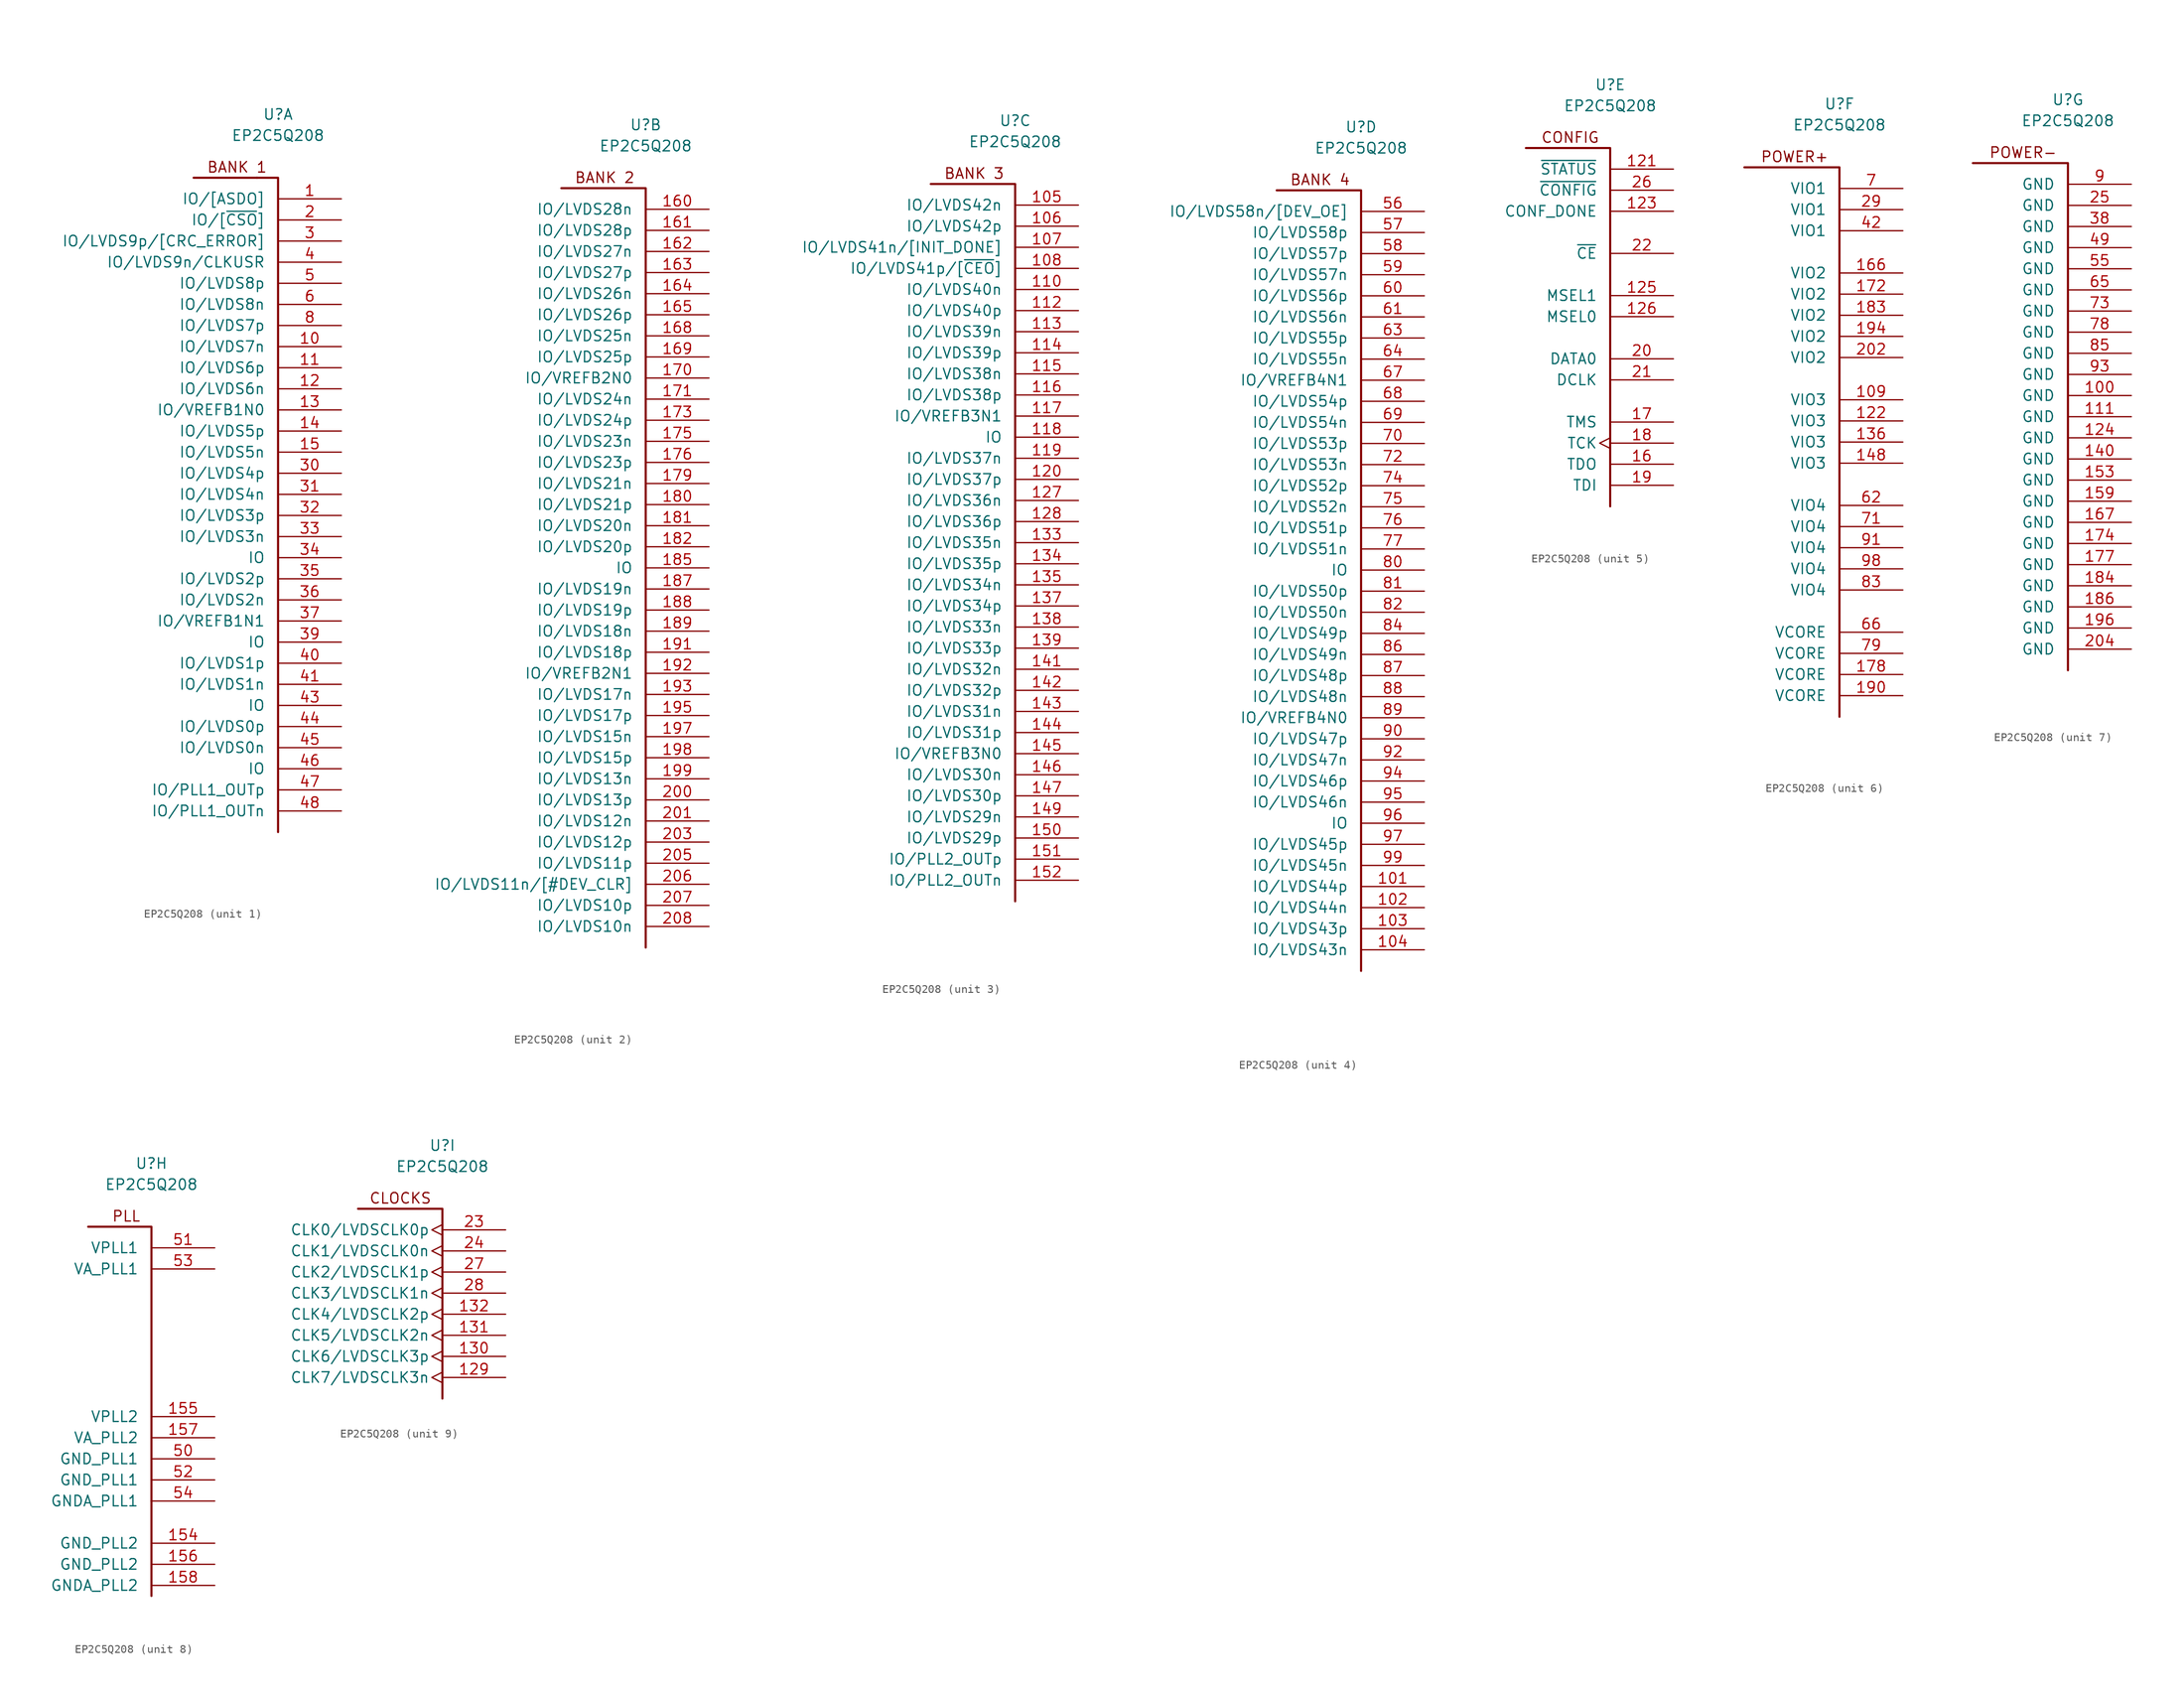
<source format=kicad_sym>
(kicad_symbol_lib
  (version 20220914)
  (generator kicad_symbol_editor)
  (symbol "EP2C5Q208"
    (pin_names
      (offset 1.524))
    (property "Reference" "U"
      (at 0 7.62 0)
      (effects (font (size 1.27 1.27))))
    (property "Value" "EP2C5Q208"
      (at 0 5.08 0)
      (effects (font (size 1.27 1.27))))
    (property "ki_locked" ""
      (at 0 0 0)
      (effects (font (size 1.27 1.27))))
    (symbol "EP2C5Q208_1_0"
      (polyline (pts (xy -2.54 0) (xy -10.16 0)) (stroke (width 0.254) (type solid)) (fill (type none)))
      (text "BANK 1" (at -1.27 1.27 0) (effects (font (size 1.27 1.27)) (justify right))))
    (symbol "EP2C5Q208_1_1"
      (polyline (pts (xy -2.54 0) (xy 0 0) (xy 0 -78.74)) (stroke (width 0.254) (type solid)) (fill (type none)))
      (pin tri_state line (at 7.62 -2.54 180) (length 7.62) (name "IO/[ASDO]" (effects (font (size 1.27 1.27)))) (number "1" (effects (font (size 1.27 1.27)))))
      (pin tri_state line (at 7.62 -20.32 180) (length 7.62) (name "IO/LVDS7n" (effects (font (size 1.27 1.27)))) (number "10" (effects (font (size 1.27 1.27)))))
      (pin tri_state line (at 7.62 -22.86 180) (length 7.62) (name "IO/LVDS6p" (effects (font (size 1.27 1.27)))) (number "11" (effects (font (size 1.27 1.27)))))
      (pin tri_state line (at 7.62 -25.4 180) (length 7.62) (name "IO/LVDS6n" (effects (font (size 1.27 1.27)))) (number "12" (effects (font (size 1.27 1.27)))))
      (pin tri_state line (at 7.62 -27.94 180) (length 7.62) (name "IO/VREFB1N0" (effects (font (size 1.27 1.27)))) (number "13" (effects (font (size 1.27 1.27)))))
      (pin tri_state line (at 7.62 -30.48 180) (length 7.62) (name "IO/LVDS5p" (effects (font (size 1.27 1.27)))) (number "14" (effects (font (size 1.27 1.27)))))
      (pin tri_state line (at 7.62 -33.02 180) (length 7.62) (name "IO/LVDS5n" (effects (font (size 1.27 1.27)))) (number "15" (effects (font (size 1.27 1.27)))))
      (pin tri_state line (at 7.62 -5.08 180) (length 7.62) (name "IO/[~{CSO}]" (effects (font (size 1.27 1.27)))) (number "2" (effects (font (size 1.27 1.27)))))
      (pin tri_state line (at 7.62 -7.62 180) (length 7.62) (name "IO/LVDS9p/[CRC_ERROR]" (effects (font (size 1.27 1.27)))) (number "3" (effects (font (size 1.27 1.27)))))
      (pin tri_state line (at 7.62 -35.56 180) (length 7.62) (name "IO/LVDS4p" (effects (font (size 1.27 1.27)))) (number "30" (effects (font (size 1.27 1.27)))))
      (pin tri_state line (at 7.62 -38.1 180) (length 7.62) (name "IO/LVDS4n" (effects (font (size 1.27 1.27)))) (number "31" (effects (font (size 1.27 1.27)))))
      (pin tri_state line (at 7.62 -40.64 180) (length 7.62) (name "IO/LVDS3p" (effects (font (size 1.27 1.27)))) (number "32" (effects (font (size 1.27 1.27)))))
      (pin tri_state line (at 7.62 -43.18 180) (length 7.62) (name "IO/LVDS3n" (effects (font (size 1.27 1.27)))) (number "33" (effects (font (size 1.27 1.27)))))
      (pin tri_state line (at 7.62 -45.72 180) (length 7.62) (name "IO" (effects (font (size 1.27 1.27)))) (number "34" (effects (font (size 1.27 1.27)))))
      (pin tri_state line (at 7.62 -48.26 180) (length 7.62) (name "IO/LVDS2p" (effects (font (size 1.27 1.27)))) (number "35" (effects (font (size 1.27 1.27)))))
      (pin tri_state line (at 7.62 -50.8 180) (length 7.62) (name "IO/LVDS2n" (effects (font (size 1.27 1.27)))) (number "36" (effects (font (size 1.27 1.27)))))
      (pin tri_state line (at 7.62 -53.34 180) (length 7.62) (name "IO/VREFB1N1" (effects (font (size 1.27 1.27)))) (number "37" (effects (font (size 1.27 1.27)))))
      (pin tri_state line (at 7.62 -55.88 180) (length 7.62) (name "IO" (effects (font (size 1.27 1.27)))) (number "39" (effects (font (size 1.27 1.27)))))
      (pin tri_state line (at 7.62 -10.16 180) (length 7.62) (name "IO/LVDS9n/CLKUSR" (effects (font (size 1.27 1.27)))) (number "4" (effects (font (size 1.27 1.27)))))
      (pin tri_state line (at 7.62 -58.42 180) (length 7.62) (name "IO/LVDS1p" (effects (font (size 1.27 1.27)))) (number "40" (effects (font (size 1.27 1.27)))))
      (pin tri_state line (at 7.62 -60.96 180) (length 7.62) (name "IO/LVDS1n" (effects (font (size 1.27 1.27)))) (number "41" (effects (font (size 1.27 1.27)))))
      (pin tri_state line (at 7.62 -63.5 180) (length 7.62) (name "IO" (effects (font (size 1.27 1.27)))) (number "43" (effects (font (size 1.27 1.27)))))
      (pin tri_state line (at 7.62 -66.04 180) (length 7.62) (name "IO/LVDS0p" (effects (font (size 1.27 1.27)))) (number "44" (effects (font (size 1.27 1.27)))))
      (pin tri_state line (at 7.62 -68.58 180) (length 7.62) (name "IO/LVDS0n" (effects (font (size 1.27 1.27)))) (number "45" (effects (font (size 1.27 1.27)))))
      (pin tri_state line (at 7.62 -71.12 180) (length 7.62) (name "IO" (effects (font (size 1.27 1.27)))) (number "46" (effects (font (size 1.27 1.27)))))
      (pin tri_state line (at 7.62 -73.66 180) (length 7.62) (name "IO/PLL1_OUTp" (effects (font (size 1.27 1.27)))) (number "47" (effects (font (size 1.27 1.27)))))
      (pin tri_state line (at 7.62 -76.2 180) (length 7.62) (name "IO/PLL1_OUTn" (effects (font (size 1.27 1.27)))) (number "48" (effects (font (size 1.27 1.27)))))
      (pin tri_state line (at 7.62 -12.7 180) (length 7.62) (name "IO/LVDS8p" (effects (font (size 1.27 1.27)))) (number "5" (effects (font (size 1.27 1.27)))))
      (pin tri_state line (at 7.62 -15.24 180) (length 7.62) (name "IO/LVDS8n" (effects (font (size 1.27 1.27)))) (number "6" (effects (font (size 1.27 1.27)))))
      (pin tri_state line (at 7.62 -17.78 180) (length 7.62) (name "IO/LVDS7p" (effects (font (size 1.27 1.27)))) (number "8" (effects (font (size 1.27 1.27))))))
    (symbol "EP2C5Q208_2_0"
      (polyline (pts (xy -10.16 0) (xy 0 0) (xy 0 -91.44)) (stroke (width 0.254) (type solid)) (fill (type none)))
      (text "BANK 2" (at -1.27 1.27 0) (effects (font (size 1.27 1.27)) (justify right))))
    (symbol "EP2C5Q208_2_1"
      (pin tri_state line (at 7.62 -2.54 180) (length 7.62) (name "IO/LVDS28n" (effects (font (size 1.27 1.27)))) (number "160" (effects (font (size 1.27 1.27)))))
      (pin tri_state line (at 7.62 -5.08 180) (length 7.62) (name "IO/LVDS28p" (effects (font (size 1.27 1.27)))) (number "161" (effects (font (size 1.27 1.27)))))
      (pin tri_state line (at 7.62 -7.62 180) (length 7.62) (name "IO/LVDS27n" (effects (font (size 1.27 1.27)))) (number "162" (effects (font (size 1.27 1.27)))))
      (pin tri_state line (at 7.62 -10.16 180) (length 7.62) (name "IO/LVDS27p" (effects (font (size 1.27 1.27)))) (number "163" (effects (font (size 1.27 1.27)))))
      (pin tri_state line (at 7.62 -12.7 180) (length 7.62) (name "IO/LVDS26n" (effects (font (size 1.27 1.27)))) (number "164" (effects (font (size 1.27 1.27)))))
      (pin tri_state line (at 7.62 -15.24 180) (length 7.62) (name "IO/LVDS26p" (effects (font (size 1.27 1.27)))) (number "165" (effects (font (size 1.27 1.27)))))
      (pin tri_state line (at 7.62 -17.78 180) (length 7.62) (name "IO/LVDS25n" (effects (font (size 1.27 1.27)))) (number "168" (effects (font (size 1.27 1.27)))))
      (pin tri_state line (at 7.62 -20.32 180) (length 7.62) (name "IO/LVDS25p" (effects (font (size 1.27 1.27)))) (number "169" (effects (font (size 1.27 1.27)))))
      (pin tri_state line (at 7.62 -22.86 180) (length 7.62) (name "IO/VREFB2N0" (effects (font (size 1.27 1.27)))) (number "170" (effects (font (size 1.27 1.27)))))
      (pin tri_state line (at 7.62 -25.4 180) (length 7.62) (name "IO/LVDS24n" (effects (font (size 1.27 1.27)))) (number "171" (effects (font (size 1.27 1.27)))))
      (pin tri_state line (at 7.62 -27.94 180) (length 7.62) (name "IO/LVDS24p" (effects (font (size 1.27 1.27)))) (number "173" (effects (font (size 1.27 1.27)))))
      (pin tri_state line (at 7.62 -30.48 180) (length 7.62) (name "IO/LVDS23n" (effects (font (size 1.27 1.27)))) (number "175" (effects (font (size 1.27 1.27)))))
      (pin tri_state line (at 7.62 -33.02 180) (length 7.62) (name "IO/LVDS23p" (effects (font (size 1.27 1.27)))) (number "176" (effects (font (size 1.27 1.27)))))
      (pin tri_state line (at 7.62 -35.56 180) (length 7.62) (name "IO/LVDS21n" (effects (font (size 1.27 1.27)))) (number "179" (effects (font (size 1.27 1.27)))))
      (pin tri_state line (at 7.62 -38.1 180) (length 7.62) (name "IO/LVDS21p" (effects (font (size 1.27 1.27)))) (number "180" (effects (font (size 1.27 1.27)))))
      (pin tri_state line (at 7.62 -40.64 180) (length 7.62) (name "IO/LVDS20n" (effects (font (size 1.27 1.27)))) (number "181" (effects (font (size 1.27 1.27)))))
      (pin tri_state line (at 7.62 -43.18 180) (length 7.62) (name "IO/LVDS20p" (effects (font (size 1.27 1.27)))) (number "182" (effects (font (size 1.27 1.27)))))
      (pin tri_state line (at 7.62 -45.72 180) (length 7.62) (name "IO" (effects (font (size 1.27 1.27)))) (number "185" (effects (font (size 1.27 1.27)))))
      (pin tri_state line (at 7.62 -48.26 180) (length 7.62) (name "IO/LVDS19n" (effects (font (size 1.27 1.27)))) (number "187" (effects (font (size 1.27 1.27)))))
      (pin tri_state line (at 7.62 -50.8 180) (length 7.62) (name "IO/LVDS19p" (effects (font (size 1.27 1.27)))) (number "188" (effects (font (size 1.27 1.27)))))
      (pin tri_state line (at 7.62 -53.34 180) (length 7.62) (name "IO/LVDS18n" (effects (font (size 1.27 1.27)))) (number "189" (effects (font (size 1.27 1.27)))))
      (pin tri_state line (at 7.62 -55.88 180) (length 7.62) (name "IO/LVDS18p" (effects (font (size 1.27 1.27)))) (number "191" (effects (font (size 1.27 1.27)))))
      (pin tri_state line (at 7.62 -58.42 180) (length 7.62) (name "IO/VREFB2N1" (effects (font (size 1.27 1.27)))) (number "192" (effects (font (size 1.27 1.27)))))
      (pin tri_state line (at 7.62 -60.96 180) (length 7.62) (name "IO/LVDS17n" (effects (font (size 1.27 1.27)))) (number "193" (effects (font (size 1.27 1.27)))))
      (pin tri_state line (at 7.62 -63.5 180) (length 7.62) (name "IO/LVDS17p" (effects (font (size 1.27 1.27)))) (number "195" (effects (font (size 1.27 1.27)))))
      (pin tri_state line (at 7.62 -66.04 180) (length 7.62) (name "IO/LVDS15n" (effects (font (size 1.27 1.27)))) (number "197" (effects (font (size 1.27 1.27)))))
      (pin tri_state line (at 7.62 -68.58 180) (length 7.62) (name "IO/LVDS15p" (effects (font (size 1.27 1.27)))) (number "198" (effects (font (size 1.27 1.27)))))
      (pin tri_state line (at 7.62 -71.12 180) (length 7.62) (name "IO/LVDS13n" (effects (font (size 1.27 1.27)))) (number "199" (effects (font (size 1.27 1.27)))))
      (pin tri_state line (at 7.62 -73.66 180) (length 7.62) (name "IO/LVDS13p" (effects (font (size 1.27 1.27)))) (number "200" (effects (font (size 1.27 1.27)))))
      (pin tri_state line (at 7.62 -76.2 180) (length 7.62) (name "IO/LVDS12n" (effects (font (size 1.27 1.27)))) (number "201" (effects (font (size 1.27 1.27)))))
      (pin tri_state line (at 7.62 -78.74 180) (length 7.62) (name "IO/LVDS12p" (effects (font (size 1.27 1.27)))) (number "203" (effects (font (size 1.27 1.27)))))
      (pin tri_state line (at 7.62 -81.28 180) (length 7.62) (name "IO/LVDS11p" (effects (font (size 1.27 1.27)))) (number "205" (effects (font (size 1.27 1.27)))))
      (pin tri_state line (at 7.62 -83.82 180) (length 7.62) (name "IO/LVDS11n/[#DEV_CLR]" (effects (font (size 1.27 1.27)))) (number "206" (effects (font (size 1.27 1.27)))))
      (pin tri_state line (at 7.62 -86.36 180) (length 7.62) (name "IO/LVDS10p" (effects (font (size 1.27 1.27)))) (number "207" (effects (font (size 1.27 1.27)))))
      (pin tri_state line (at 7.62 -88.9 180) (length 7.62) (name "IO/LVDS10n" (effects (font (size 1.27 1.27)))) (number "208" (effects (font (size 1.27 1.27))))))
    (symbol "EP2C5Q208_3_0"
      (polyline (pts (xy -10.16 0) (xy 0 0) (xy 0 -86.36)) (stroke (width 0.254) (type solid)) (fill (type none)))
      (text "BANK 3" (at -1.27 1.27 0) (effects (font (size 1.27 1.27)) (justify right))))
    (symbol "EP2C5Q208_3_1"
      (pin tri_state line (at 7.62 -2.54 180) (length 7.62) (name "IO/LVDS42n" (effects (font (size 1.27 1.27)))) (number "105" (effects (font (size 1.27 1.27)))))
      (pin tri_state line (at 7.62 -5.08 180) (length 7.62) (name "IO/LVDS42p" (effects (font (size 1.27 1.27)))) (number "106" (effects (font (size 1.27 1.27)))))
      (pin tri_state line (at 7.62 -7.62 180) (length 7.62) (name "IO/LVDS41n/[INIT_DONE]" (effects (font (size 1.27 1.27)))) (number "107" (effects (font (size 1.27 1.27)))))
      (pin tri_state line (at 7.62 -10.16 180) (length 7.62) (name "IO/LVDS41p/[~{CEO}]" (effects (font (size 1.27 1.27)))) (number "108" (effects (font (size 1.27 1.27)))))
      (pin tri_state line (at 7.62 -12.7 180) (length 7.62) (name "IO/LVDS40n" (effects (font (size 1.27 1.27)))) (number "110" (effects (font (size 1.27 1.27)))))
      (pin tri_state line (at 7.62 -15.24 180) (length 7.62) (name "IO/LVDS40p" (effects (font (size 1.27 1.27)))) (number "112" (effects (font (size 1.27 1.27)))))
      (pin tri_state line (at 7.62 -17.78 180) (length 7.62) (name "IO/LVDS39n" (effects (font (size 1.27 1.27)))) (number "113" (effects (font (size 1.27 1.27)))))
      (pin tri_state line (at 7.62 -20.32 180) (length 7.62) (name "IO/LVDS39p" (effects (font (size 1.27 1.27)))) (number "114" (effects (font (size 1.27 1.27)))))
      (pin tri_state line (at 7.62 -22.86 180) (length 7.62) (name "IO/LVDS38n" (effects (font (size 1.27 1.27)))) (number "115" (effects (font (size 1.27 1.27)))))
      (pin tri_state line (at 7.62 -25.4 180) (length 7.62) (name "IO/LVDS38p" (effects (font (size 1.27 1.27)))) (number "116" (effects (font (size 1.27 1.27)))))
      (pin tri_state line (at 7.62 -27.94 180) (length 7.62) (name "IO/VREFB3N1" (effects (font (size 1.27 1.27)))) (number "117" (effects (font (size 1.27 1.27)))))
      (pin tri_state line (at 7.62 -30.48 180) (length 7.62) (name "IO" (effects (font (size 1.27 1.27)))) (number "118" (effects (font (size 1.27 1.27)))))
      (pin tri_state line (at 7.62 -33.02 180) (length 7.62) (name "IO/LVDS37n" (effects (font (size 1.27 1.27)))) (number "119" (effects (font (size 1.27 1.27)))))
      (pin tri_state line (at 7.62 -35.56 180) (length 7.62) (name "IO/LVDS37p" (effects (font (size 1.27 1.27)))) (number "120" (effects (font (size 1.27 1.27)))))
      (pin tri_state line (at 7.62 -38.1 180) (length 7.62) (name "IO/LVDS36n" (effects (font (size 1.27 1.27)))) (number "127" (effects (font (size 1.27 1.27)))))
      (pin tri_state line (at 7.62 -40.64 180) (length 7.62) (name "IO/LVDS36p" (effects (font (size 1.27 1.27)))) (number "128" (effects (font (size 1.27 1.27)))))
      (pin tri_state line (at 7.62 -43.18 180) (length 7.62) (name "IO/LVDS35n" (effects (font (size 1.27 1.27)))) (number "133" (effects (font (size 1.27 1.27)))))
      (pin tri_state line (at 7.62 -45.72 180) (length 7.62) (name "IO/LVDS35p" (effects (font (size 1.27 1.27)))) (number "134" (effects (font (size 1.27 1.27)))))
      (pin tri_state line (at 7.62 -48.26 180) (length 7.62) (name "IO/LVDS34n" (effects (font (size 1.27 1.27)))) (number "135" (effects (font (size 1.27 1.27)))))
      (pin tri_state line (at 7.62 -50.8 180) (length 7.62) (name "IO/LVDS34p" (effects (font (size 1.27 1.27)))) (number "137" (effects (font (size 1.27 1.27)))))
      (pin tri_state line (at 7.62 -53.34 180) (length 7.62) (name "IO/LVDS33n" (effects (font (size 1.27 1.27)))) (number "138" (effects (font (size 1.27 1.27)))))
      (pin tri_state line (at 7.62 -55.88 180) (length 7.62) (name "IO/LVDS33p" (effects (font (size 1.27 1.27)))) (number "139" (effects (font (size 1.27 1.27)))))
      (pin tri_state line (at 7.62 -58.42 180) (length 7.62) (name "IO/LVDS32n" (effects (font (size 1.27 1.27)))) (number "141" (effects (font (size 1.27 1.27)))))
      (pin tri_state line (at 7.62 -60.96 180) (length 7.62) (name "IO/LVDS32p" (effects (font (size 1.27 1.27)))) (number "142" (effects (font (size 1.27 1.27)))))
      (pin tri_state line (at 7.62 -63.5 180) (length 7.62) (name "IO/LVDS31n" (effects (font (size 1.27 1.27)))) (number "143" (effects (font (size 1.27 1.27)))))
      (pin tri_state line (at 7.62 -66.04 180) (length 7.62) (name "IO/LVDS31p" (effects (font (size 1.27 1.27)))) (number "144" (effects (font (size 1.27 1.27)))))
      (pin tri_state line (at 7.62 -68.58 180) (length 7.62) (name "IO/VREFB3N0" (effects (font (size 1.27 1.27)))) (number "145" (effects (font (size 1.27 1.27)))))
      (pin tri_state line (at 7.62 -71.12 180) (length 7.62) (name "IO/LVDS30n" (effects (font (size 1.27 1.27)))) (number "146" (effects (font (size 1.27 1.27)))))
      (pin tri_state line (at 7.62 -73.66 180) (length 7.62) (name "IO/LVDS30p" (effects (font (size 1.27 1.27)))) (number "147" (effects (font (size 1.27 1.27)))))
      (pin tri_state line (at 7.62 -76.2 180) (length 7.62) (name "IO/LVDS29n" (effects (font (size 1.27 1.27)))) (number "149" (effects (font (size 1.27 1.27)))))
      (pin tri_state line (at 7.62 -78.74 180) (length 7.62) (name "IO/LVDS29p" (effects (font (size 1.27 1.27)))) (number "150" (effects (font (size 1.27 1.27)))))
      (pin tri_state line (at 7.62 -81.28 180) (length 7.62) (name "IO/PLL2_OUTp" (effects (font (size 1.27 1.27)))) (number "151" (effects (font (size 1.27 1.27)))))
      (pin tri_state line (at 7.62 -83.82 180) (length 7.62) (name "IO/PLL2_OUTn" (effects (font (size 1.27 1.27)))) (number "152" (effects (font (size 1.27 1.27))))))
    (symbol "EP2C5Q208_4_0"
      (polyline (pts (xy -10.16 0) (xy 0 0) (xy 0 -93.98)) (stroke (width 0.254) (type solid)) (fill (type none)))
      (text "BANK 4" (at -1.27 1.27 0) (effects (font (size 1.27 1.27)) (justify right))))
    (symbol "EP2C5Q208_4_1"
      (pin tri_state line (at 7.62 -83.82 180) (length 7.62) (name "IO/LVDS44p" (effects (font (size 1.27 1.27)))) (number "101" (effects (font (size 1.27 1.27)))))
      (pin tri_state line (at 7.62 -86.36 180) (length 7.62) (name "IO/LVDS44n" (effects (font (size 1.27 1.27)))) (number "102" (effects (font (size 1.27 1.27)))))
      (pin tri_state line (at 7.62 -88.9 180) (length 7.62) (name "IO/LVDS43p" (effects (font (size 1.27 1.27)))) (number "103" (effects (font (size 1.27 1.27)))))
      (pin tri_state line (at 7.62 -91.44 180) (length 7.62) (name "IO/LVDS43n" (effects (font (size 1.27 1.27)))) (number "104" (effects (font (size 1.27 1.27)))))
      (pin tri_state line (at 7.62 -2.54 180) (length 7.62) (name "IO/LVDS58n/[DEV_OE]" (effects (font (size 1.27 1.27)))) (number "56" (effects (font (size 1.27 1.27)))))
      (pin tri_state line (at 7.62 -5.08 180) (length 7.62) (name "IO/LVDS58p" (effects (font (size 1.27 1.27)))) (number "57" (effects (font (size 1.27 1.27)))))
      (pin tri_state line (at 7.62 -7.62 180) (length 7.62) (name "IO/LVDS57p" (effects (font (size 1.27 1.27)))) (number "58" (effects (font (size 1.27 1.27)))))
      (pin tri_state line (at 7.62 -10.16 180) (length 7.62) (name "IO/LVDS57n" (effects (font (size 1.27 1.27)))) (number "59" (effects (font (size 1.27 1.27)))))
      (pin tri_state line (at 7.62 -12.7 180) (length 7.62) (name "IO/LVDS56p" (effects (font (size 1.27 1.27)))) (number "60" (effects (font (size 1.27 1.27)))))
      (pin tri_state line (at 7.62 -15.24 180) (length 7.62) (name "IO/LVDS56n" (effects (font (size 1.27 1.27)))) (number "61" (effects (font (size 1.27 1.27)))))
      (pin tri_state line (at 7.62 -17.78 180) (length 7.62) (name "IO/LVDS55p" (effects (font (size 1.27 1.27)))) (number "63" (effects (font (size 1.27 1.27)))))
      (pin tri_state line (at 7.62 -20.32 180) (length 7.62) (name "IO/LVDS55n" (effects (font (size 1.27 1.27)))) (number "64" (effects (font (size 1.27 1.27)))))
      (pin tri_state line (at 7.62 -22.86 180) (length 7.62) (name "IO/VREFB4N1" (effects (font (size 1.27 1.27)))) (number "67" (effects (font (size 1.27 1.27)))))
      (pin tri_state line (at 7.62 -25.4 180) (length 7.62) (name "IO/LVDS54p" (effects (font (size 1.27 1.27)))) (number "68" (effects (font (size 1.27 1.27)))))
      (pin tri_state line (at 7.62 -27.94 180) (length 7.62) (name "IO/LVDS54n" (effects (font (size 1.27 1.27)))) (number "69" (effects (font (size 1.27 1.27)))))
      (pin tri_state line (at 7.62 -30.48 180) (length 7.62) (name "IO/LVDS53p" (effects (font (size 1.27 1.27)))) (number "70" (effects (font (size 1.27 1.27)))))
      (pin tri_state line (at 7.62 -33.02 180) (length 7.62) (name "IO/LVDS53n" (effects (font (size 1.27 1.27)))) (number "72" (effects (font (size 1.27 1.27)))))
      (pin tri_state line (at 7.62 -35.56 180) (length 7.62) (name "IO/LVDS52p" (effects (font (size 1.27 1.27)))) (number "74" (effects (font (size 1.27 1.27)))))
      (pin tri_state line (at 7.62 -38.1 180) (length 7.62) (name "IO/LVDS52n" (effects (font (size 1.27 1.27)))) (number "75" (effects (font (size 1.27 1.27)))))
      (pin tri_state line (at 7.62 -40.64 180) (length 7.62) (name "IO/LVDS51p" (effects (font (size 1.27 1.27)))) (number "76" (effects (font (size 1.27 1.27)))))
      (pin tri_state line (at 7.62 -43.18 180) (length 7.62) (name "IO/LVDS51n" (effects (font (size 1.27 1.27)))) (number "77" (effects (font (size 1.27 1.27)))))
      (pin tri_state line (at 7.62 -45.72 180) (length 7.62) (name "IO" (effects (font (size 1.27 1.27)))) (number "80" (effects (font (size 1.27 1.27)))))
      (pin tri_state line (at 7.62 -48.26 180) (length 7.62) (name "IO/LVDS50p" (effects (font (size 1.27 1.27)))) (number "81" (effects (font (size 1.27 1.27)))))
      (pin tri_state line (at 7.62 -50.8 180) (length 7.62) (name "IO/LVDS50n" (effects (font (size 1.27 1.27)))) (number "82" (effects (font (size 1.27 1.27)))))
      (pin tri_state line (at 7.62 -53.34 180) (length 7.62) (name "IO/LVDS49p" (effects (font (size 1.27 1.27)))) (number "84" (effects (font (size 1.27 1.27)))))
      (pin tri_state line (at 7.62 -55.88 180) (length 7.62) (name "IO/LVDS49n" (effects (font (size 1.27 1.27)))) (number "86" (effects (font (size 1.27 1.27)))))
      (pin tri_state line (at 7.62 -58.42 180) (length 7.62) (name "IO/LVDS48p" (effects (font (size 1.27 1.27)))) (number "87" (effects (font (size 1.27 1.27)))))
      (pin tri_state line (at 7.62 -60.96 180) (length 7.62) (name "IO/LVDS48n" (effects (font (size 1.27 1.27)))) (number "88" (effects (font (size 1.27 1.27)))))
      (pin tri_state line (at 7.62 -63.5 180) (length 7.62) (name "IO/VREFB4N0" (effects (font (size 1.27 1.27)))) (number "89" (effects (font (size 1.27 1.27)))))
      (pin tri_state line (at 7.62 -66.04 180) (length 7.62) (name "IO/LVDS47p" (effects (font (size 1.27 1.27)))) (number "90" (effects (font (size 1.27 1.27)))))
      (pin tri_state line (at 7.62 -68.58 180) (length 7.62) (name "IO/LVDS47n" (effects (font (size 1.27 1.27)))) (number "92" (effects (font (size 1.27 1.27)))))
      (pin tri_state line (at 7.62 -71.12 180) (length 7.62) (name "IO/LVDS46p" (effects (font (size 1.27 1.27)))) (number "94" (effects (font (size 1.27 1.27)))))
      (pin tri_state line (at 7.62 -73.66 180) (length 7.62) (name "IO/LVDS46n" (effects (font (size 1.27 1.27)))) (number "95" (effects (font (size 1.27 1.27)))))
      (pin tri_state line (at 7.62 -76.2 180) (length 7.62) (name "IO" (effects (font (size 1.27 1.27)))) (number "96" (effects (font (size 1.27 1.27)))))
      (pin tri_state line (at 7.62 -78.74 180) (length 7.62) (name "IO/LVDS45p" (effects (font (size 1.27 1.27)))) (number "97" (effects (font (size 1.27 1.27)))))
      (pin tri_state line (at 7.62 -81.28 180) (length 7.62) (name "IO/LVDS45n" (effects (font (size 1.27 1.27)))) (number "99" (effects (font (size 1.27 1.27))))))
    (symbol "EP2C5Q208_5_0"
      (polyline (pts (xy -10.16 0) (xy 0 0) (xy 0 -43.18)) (stroke (width 0.254) (type solid)) (fill (type none)))
      (text "CONFIG" (at -1.27 1.27 0) (effects (font (size 1.27 1.27)) (justify right))))
    (symbol "EP2C5Q208_5_1"
      (pin bidirectional line (at 7.62 -2.54 180) (length 7.62) (name "~{STATUS}" (effects (font (size 1.27 1.27)))) (number "121" (effects (font (size 1.27 1.27)))))
      (pin tri_state line (at 7.62 -7.62 180) (length 7.62) (name "CONF_DONE" (effects (font (size 1.27 1.27)))) (number "123" (effects (font (size 1.27 1.27)))))
      (pin input line (at 7.62 -17.78 180) (length 7.62) (name "MSEL1" (effects (font (size 1.27 1.27)))) (number "125" (effects (font (size 1.27 1.27)))))
      (pin input line (at 7.62 -20.32 180) (length 7.62) (name "MSEL0" (effects (font (size 1.27 1.27)))) (number "126" (effects (font (size 1.27 1.27)))))
      (pin output line (at 7.62 -38.1 180) (length 7.62) (name "TDO" (effects (font (size 1.27 1.27)))) (number "16" (effects (font (size 1.27 1.27)))))
      (pin input line (at 7.62 -33.02 180) (length 7.62) (name "TMS" (effects (font (size 1.27 1.27)))) (number "17" (effects (font (size 1.27 1.27)))))
      (pin input clock (at 7.62 -35.56 180) (length 7.62) (name "TCK" (effects (font (size 1.27 1.27)))) (number "18" (effects (font (size 1.27 1.27)))))
      (pin input line (at 7.62 -40.64 180) (length 7.62) (name "TDI" (effects (font (size 1.27 1.27)))) (number "19" (effects (font (size 1.27 1.27)))))
      (pin input line (at 7.62 -25.4 180) (length 7.62) (name "DATA0" (effects (font (size 1.27 1.27)))) (number "20" (effects (font (size 1.27 1.27)))))
      (pin tri_state line (at 7.62 -27.94 180) (length 7.62) (name "DCLK" (effects (font (size 1.27 1.27)))) (number "21" (effects (font (size 1.27 1.27)))))
      (pin input line (at 7.62 -12.7 180) (length 7.62) (name "~{CE}" (effects (font (size 1.27 1.27)))) (number "22" (effects (font (size 1.27 1.27)))))
      (pin input line (at 7.62 -5.08 180) (length 7.62) (name "~{CONFIG}" (effects (font (size 1.27 1.27)))) (number "26" (effects (font (size 1.27 1.27))))))
    (symbol "EP2C5Q208_6_0"
      (polyline (pts (xy -11.43 0) (xy 0 0) (xy 0 -66.04)) (stroke (width 0.254) (type solid)) (fill (type none)))
      (text "POWER+" (at -1.27 1.27 0) (effects (font (size 1.27 1.27)) (justify right))))
    (symbol "EP2C5Q208_6_1"
      (pin power_in line (at 7.62 -27.94 180) (length 7.62) (name "VIO3" (effects (font (size 1.27 1.27)))) (number "109" (effects (font (size 1.27 1.27)))))
      (pin power_in line (at 7.62 -30.48 180) (length 7.62) (name "VIO3" (effects (font (size 1.27 1.27)))) (number "122" (effects (font (size 1.27 1.27)))))
      (pin power_in line (at 7.62 -33.02 180) (length 7.62) (name "VIO3" (effects (font (size 1.27 1.27)))) (number "136" (effects (font (size 1.27 1.27)))))
      (pin power_in line (at 7.62 -35.56 180) (length 7.62) (name "VIO3" (effects (font (size 1.27 1.27)))) (number "148" (effects (font (size 1.27 1.27)))))
      (pin power_in line (at 7.62 -12.7 180) (length 7.62) (name "VIO2" (effects (font (size 1.27 1.27)))) (number "166" (effects (font (size 1.27 1.27)))))
      (pin power_in line (at 7.62 -15.24 180) (length 7.62) (name "VIO2" (effects (font (size 1.27 1.27)))) (number "172" (effects (font (size 1.27 1.27)))))
      (pin power_in line (at 7.62 -60.96 180) (length 7.62) (name "VCORE" (effects (font (size 1.27 1.27)))) (number "178" (effects (font (size 1.27 1.27)))))
      (pin power_in line (at 7.62 -17.78 180) (length 7.62) (name "VIO2" (effects (font (size 1.27 1.27)))) (number "183" (effects (font (size 1.27 1.27)))))
      (pin power_in line (at 7.62 -63.5 180) (length 7.62) (name "VCORE" (effects (font (size 1.27 1.27)))) (number "190" (effects (font (size 1.27 1.27)))))
      (pin power_in line (at 7.62 -20.32 180) (length 7.62) (name "VIO2" (effects (font (size 1.27 1.27)))) (number "194" (effects (font (size 1.27 1.27)))))
      (pin power_in line (at 7.62 -22.86 180) (length 7.62) (name "VIO2" (effects (font (size 1.27 1.27)))) (number "202" (effects (font (size 1.27 1.27)))))
      (pin power_in line (at 7.62 -5.08 180) (length 7.62) (name "VIO1" (effects (font (size 1.27 1.27)))) (number "29" (effects (font (size 1.27 1.27)))))
      (pin power_in line (at 7.62 -7.62 180) (length 7.62) (name "VIO1" (effects (font (size 1.27 1.27)))) (number "42" (effects (font (size 1.27 1.27)))))
      (pin power_in line (at 7.62 -40.64 180) (length 7.62) (name "VIO4" (effects (font (size 1.27 1.27)))) (number "62" (effects (font (size 1.27 1.27)))))
      (pin power_in line (at 7.62 -55.88 180) (length 7.62) (name "VCORE" (effects (font (size 1.27 1.27)))) (number "66" (effects (font (size 1.27 1.27)))))
      (pin power_in line (at 7.62 -2.54 180) (length 7.62) (name "VIO1" (effects (font (size 1.27 1.27)))) (number "7" (effects (font (size 1.27 1.27)))))
      (pin power_in line (at 7.62 -43.18 180) (length 7.62) (name "VIO4" (effects (font (size 1.27 1.27)))) (number "71" (effects (font (size 1.27 1.27)))))
      (pin power_in line (at 7.62 -58.42 180) (length 7.62) (name "VCORE" (effects (font (size 1.27 1.27)))) (number "79" (effects (font (size 1.27 1.27)))))
      (pin power_in line (at 7.62 -50.8 180) (length 7.62) (name "VIO4" (effects (font (size 1.27 1.27)))) (number "83" (effects (font (size 1.27 1.27)))))
      (pin power_in line (at 7.62 -45.72 180) (length 7.62) (name "VIO4" (effects (font (size 1.27 1.27)))) (number "91" (effects (font (size 1.27 1.27)))))
      (pin power_in line (at 7.62 -48.26 180) (length 7.62) (name "VIO4" (effects (font (size 1.27 1.27)))) (number "98" (effects (font (size 1.27 1.27))))))
    (symbol "EP2C5Q208_7_0"
      (polyline (pts (xy 0 -60.96) (xy 0 0) (xy -11.43 0)) (stroke (width 0.254) (type solid)) (fill (type none)))
      (text "POWER-" (at -1.27 1.27 0) (effects (font (size 1.27 1.27)) (justify right))))
    (symbol "EP2C5Q208_7_1"
      (pin power_in line (at 7.62 -27.94 180) (length 7.62) (name "GND" (effects (font (size 1.27 1.27)))) (number "100" (effects (font (size 1.27 1.27)))))
      (pin power_in line (at 7.62 -30.48 180) (length 7.62) (name "GND" (effects (font (size 1.27 1.27)))) (number "111" (effects (font (size 1.27 1.27)))))
      (pin power_in line (at 7.62 -33.02 180) (length 7.62) (name "GND" (effects (font (size 1.27 1.27)))) (number "124" (effects (font (size 1.27 1.27)))))
      (pin power_in line (at 7.62 -35.56 180) (length 7.62) (name "GND" (effects (font (size 1.27 1.27)))) (number "140" (effects (font (size 1.27 1.27)))))
      (pin power_in line (at 7.62 -38.1 180) (length 7.62) (name "GND" (effects (font (size 1.27 1.27)))) (number "153" (effects (font (size 1.27 1.27)))))
      (pin power_in line (at 7.62 -40.64 180) (length 7.62) (name "GND" (effects (font (size 1.27 1.27)))) (number "159" (effects (font (size 1.27 1.27)))))
      (pin power_in line (at 7.62 -43.18 180) (length 7.62) (name "GND" (effects (font (size 1.27 1.27)))) (number "167" (effects (font (size 1.27 1.27)))))
      (pin power_in line (at 7.62 -45.72 180) (length 7.62) (name "GND" (effects (font (size 1.27 1.27)))) (number "174" (effects (font (size 1.27 1.27)))))
      (pin power_in line (at 7.62 -48.26 180) (length 7.62) (name "GND" (effects (font (size 1.27 1.27)))) (number "177" (effects (font (size 1.27 1.27)))))
      (pin power_in line (at 7.62 -50.8 180) (length 7.62) (name "GND" (effects (font (size 1.27 1.27)))) (number "184" (effects (font (size 1.27 1.27)))))
      (pin power_in line (at 7.62 -53.34 180) (length 7.62) (name "GND" (effects (font (size 1.27 1.27)))) (number "186" (effects (font (size 1.27 1.27)))))
      (pin power_in line (at 7.62 -55.88 180) (length 7.62) (name "GND" (effects (font (size 1.27 1.27)))) (number "196" (effects (font (size 1.27 1.27)))))
      (pin power_in line (at 7.62 -58.42 180) (length 7.62) (name "GND" (effects (font (size 1.27 1.27)))) (number "204" (effects (font (size 1.27 1.27)))))
      (pin power_in line (at 7.62 -5.08 180) (length 7.62) (name "GND" (effects (font (size 1.27 1.27)))) (number "25" (effects (font (size 1.27 1.27)))))
      (pin power_in line (at 7.62 -7.62 180) (length 7.62) (name "GND" (effects (font (size 1.27 1.27)))) (number "38" (effects (font (size 1.27 1.27)))))
      (pin power_in line (at 7.62 -10.16 180) (length 7.62) (name "GND" (effects (font (size 1.27 1.27)))) (number "49" (effects (font (size 1.27 1.27)))))
      (pin power_in line (at 7.62 -12.7 180) (length 7.62) (name "GND" (effects (font (size 1.27 1.27)))) (number "55" (effects (font (size 1.27 1.27)))))
      (pin power_in line (at 7.62 -15.24 180) (length 7.62) (name "GND" (effects (font (size 1.27 1.27)))) (number "65" (effects (font (size 1.27 1.27)))))
      (pin power_in line (at 7.62 -17.78 180) (length 7.62) (name "GND" (effects (font (size 1.27 1.27)))) (number "73" (effects (font (size 1.27 1.27)))))
      (pin power_in line (at 7.62 -20.32 180) (length 7.62) (name "GND" (effects (font (size 1.27 1.27)))) (number "78" (effects (font (size 1.27 1.27)))))
      (pin power_in line (at 7.62 -22.86 180) (length 7.62) (name "GND" (effects (font (size 1.27 1.27)))) (number "85" (effects (font (size 1.27 1.27)))))
      (pin power_in line (at 7.62 -2.54 180) (length 7.62) (name "GND" (effects (font (size 1.27 1.27)))) (number "9" (effects (font (size 1.27 1.27)))))
      (pin power_in line (at 7.62 -25.4 180) (length 7.62) (name "GND" (effects (font (size 1.27 1.27)))) (number "93" (effects (font (size 1.27 1.27))))))
    (symbol "EP2C5Q208_8_0"
      (polyline (pts (xy 0 -33.02) (xy 0 0) (xy -7.62 0)) (stroke (width 0.254) (type solid)) (fill (type none)))
      (text "PLL" (at -1.27 1.27 0) (effects (font (size 1.27 1.27)) (justify right))))
    (symbol "EP2C5Q208_8_1"
      (polyline (pts (xy 0 -33.02) (xy 0 -44.45)) (stroke (width 0.254) (type solid)) (fill (type none)))
      (pin power_in line (at 7.62 -38.1 180) (length 7.62) (name "GND_PLL2" (effects (font (size 1.27 1.27)))) (number "154" (effects (font (size 1.27 1.27)))))
      (pin power_in line (at 7.62 -22.86 180) (length 7.62) (name "VPLL2" (effects (font (size 1.27 1.27)))) (number "155" (effects (font (size 1.27 1.27)))))
      (pin power_in line (at 7.62 -40.64 180) (length 7.62) (name "GND_PLL2" (effects (font (size 1.27 1.27)))) (number "156" (effects (font (size 1.27 1.27)))))
      (pin power_in line (at 7.62 -25.4 180) (length 7.62) (name "VA_PLL2" (effects (font (size 1.27 1.27)))) (number "157" (effects (font (size 1.27 1.27)))))
      (pin power_in line (at 7.62 -43.18 180) (length 7.62) (name "GNDA_PLL2" (effects (font (size 1.27 1.27)))) (number "158" (effects (font (size 1.27 1.27)))))
      (pin power_in line (at 7.62 -27.94 180) (length 7.62) (name "GND_PLL1" (effects (font (size 1.27 1.27)))) (number "50" (effects (font (size 1.27 1.27)))))
      (pin power_in line (at 7.62 -2.54 180) (length 7.62) (name "VPLL1" (effects (font (size 1.27 1.27)))) (number "51" (effects (font (size 1.27 1.27)))))
      (pin power_in line (at 7.62 -30.48 180) (length 7.62) (name "GND_PLL1" (effects (font (size 1.27 1.27)))) (number "52" (effects (font (size 1.27 1.27)))))
      (pin power_in line (at 7.62 -5.08 180) (length 7.62) (name "VA_PLL1" (effects (font (size 1.27 1.27)))) (number "53" (effects (font (size 1.27 1.27)))))
      (pin power_in line (at 7.62 -33.02 180) (length 7.62) (name "GNDA_PLL1" (effects (font (size 1.27 1.27)))) (number "54" (effects (font (size 1.27 1.27))))))
    (symbol "EP2C5Q208_9_0"
      (polyline (pts (xy -10.16 0) (xy 0 0) (xy 0 -22.86)) (stroke (width 0.254) (type solid)) (fill (type none)))
      (text "CLOCKS" (at -1.27 1.27 0) (effects (font (size 1.27 1.27)) (justify right))))
    (symbol "EP2C5Q208_9_1"
      (pin input clock (at 7.62 -20.32 180) (length 7.62) (name "CLK7/LVDSCLK3n" (effects (font (size 1.27 1.27)))) (number "129" (effects (font (size 1.27 1.27)))))
      (pin input clock (at 7.62 -17.78 180) (length 7.62) (name "CLK6/LVDSCLK3p" (effects (font (size 1.27 1.27)))) (number "130" (effects (font (size 1.27 1.27)))))
      (pin input clock (at 7.62 -15.24 180) (length 7.62) (name "CLK5/LVDSCLK2n" (effects (font (size 1.27 1.27)))) (number "131" (effects (font (size 1.27 1.27)))))
      (pin input clock (at 7.62 -12.7 180) (length 7.62) (name "CLK4/LVDSCLK2p" (effects (font (size 1.27 1.27)))) (number "132" (effects (font (size 1.27 1.27)))))
      (pin input clock (at 7.62 -2.54 180) (length 7.62) (name "CLK0/LVDSCLK0p" (effects (font (size 1.27 1.27)))) (number "23" (effects (font (size 1.27 1.27)))))
      (pin input clock (at 7.62 -5.08 180) (length 7.62) (name "CLK1/LVDSCLK0n" (effects (font (size 1.27 1.27)))) (number "24" (effects (font (size 1.27 1.27)))))
      (pin input clock (at 7.62 -7.62 180) (length 7.62) (name "CLK2/LVDSCLK1p" (effects (font (size 1.27 1.27)))) (number "27" (effects (font (size 1.27 1.27)))))
      (pin input clock (at 7.62 -10.16 180) (length 7.62) (name "CLK3/LVDSCLK1n" (effects (font (size 1.27 1.27)))) (number "28" (effects (font (size 1.27 1.27))))))))
</source>
